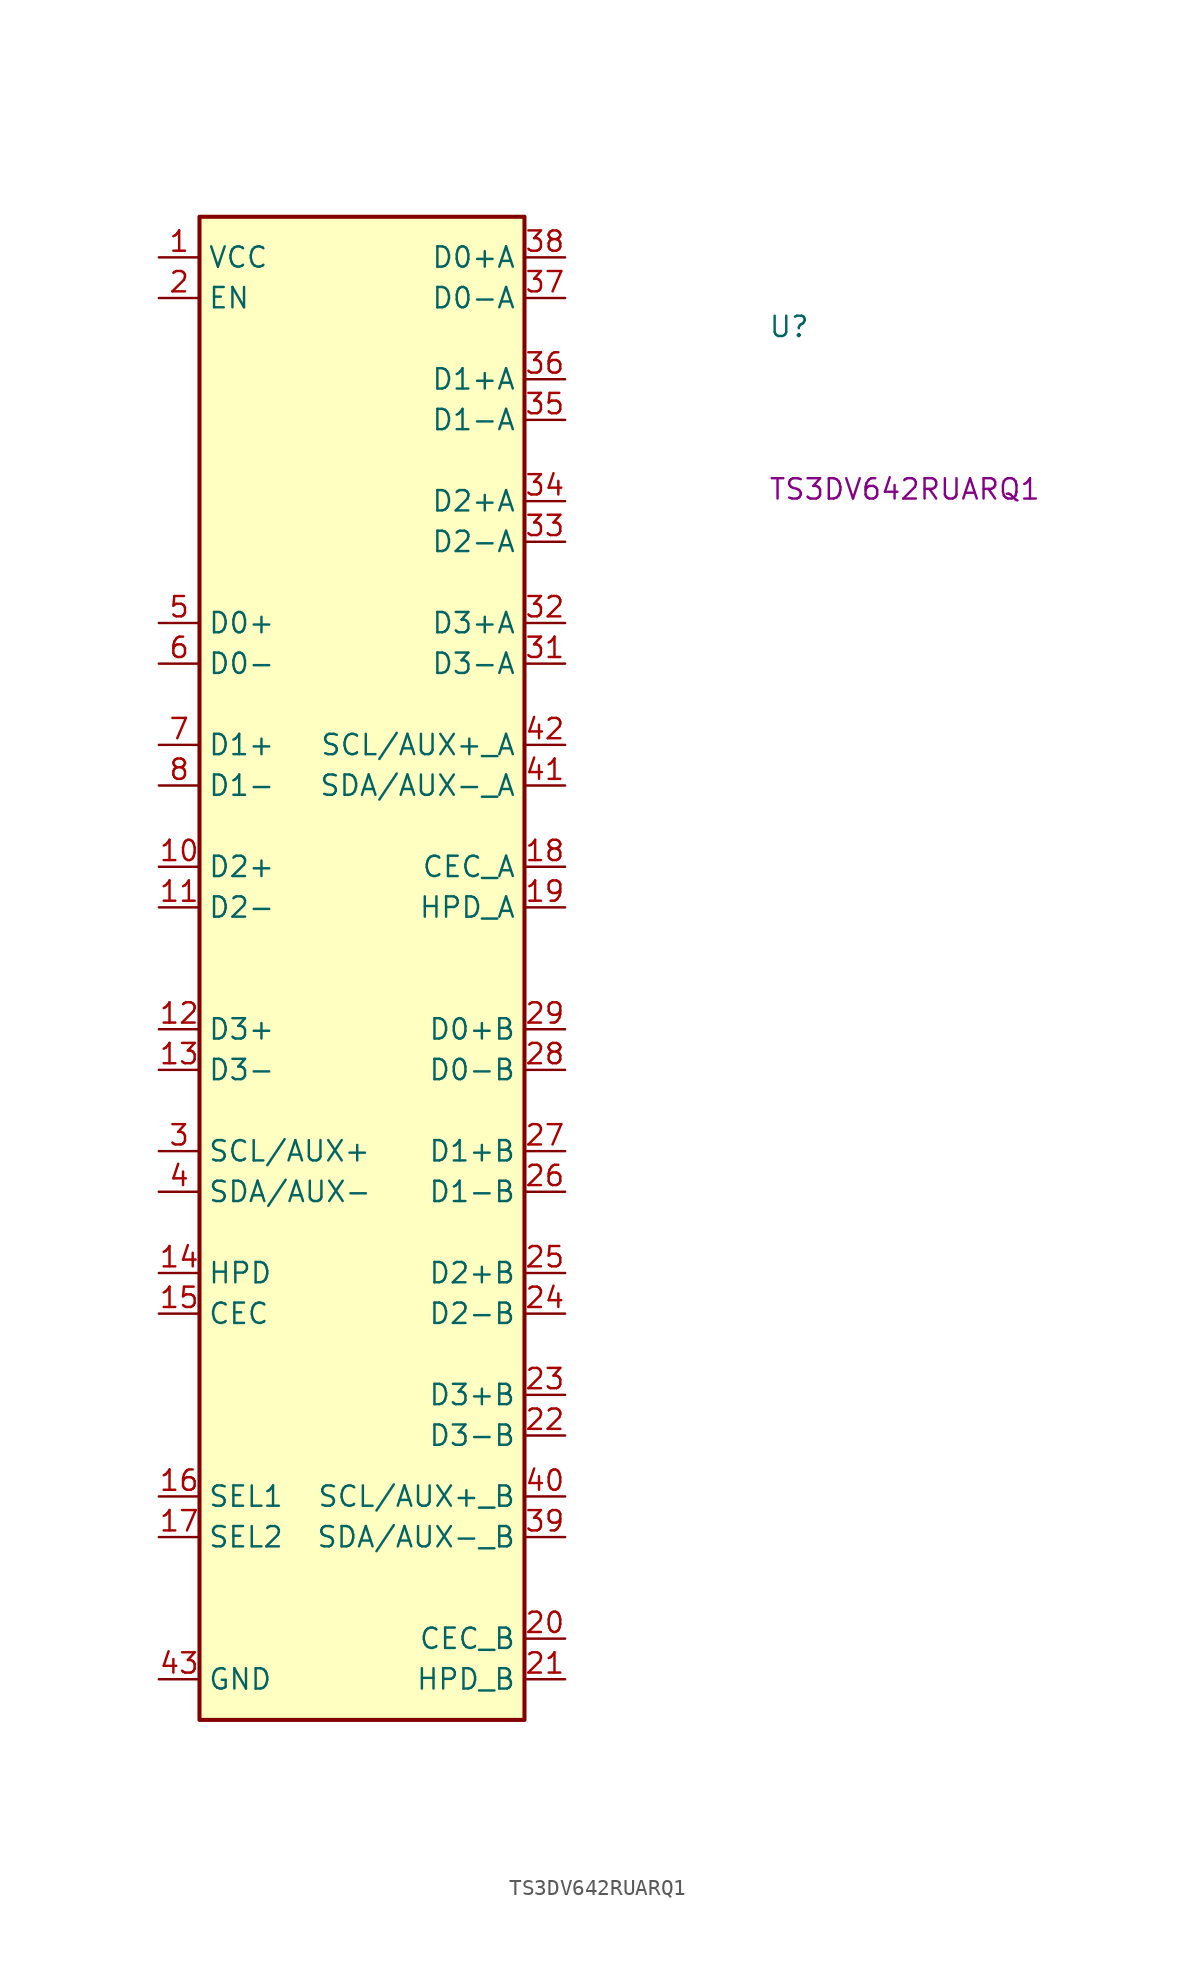
<source format=kicad_sym>
(kicad_symbol_lib
  (version 20220914)
  (generator kicad_symbol_editor)
  (symbol "TS3DV642RUARQ1"
    (property "Reference" "U"
      (at 38.1 -5.08 0)
      (effects (font (size 1.27 1.27) (thickness 0.15)) (justify left bottom)))
    (property "MPN" "TS3DV642RUARQ1"
      (at 38.1 -15.24 0)
      (effects (font (size 1.27 1.27) (thickness 0.15)) (justify left bottom)))
    (symbol "TS3DV642RUARQ1_1_1"
      (rectangle (start 2.54 2.54) (end 22.86 -91.44) (stroke (width 0.254) (type default)) (fill (type background)))
      (pin unspecified line (at 0 0 0) (length 2.54) (name "VCC" (effects (font (size 1.27 1.27)))) (number "1" (effects (font (size 1.27 1.27)))))
      (pin unspecified line (at 0 -38.1 0) (length 2.54) (name "D2+" (effects (font (size 1.27 1.27)))) (number "10" (effects (font (size 1.27 1.27)))))
      (pin unspecified line (at 0 -40.64 0) (length 2.54) (name "D2-" (effects (font (size 1.27 1.27)))) (number "11" (effects (font (size 1.27 1.27)))))
      (pin unspecified line (at 0 -48.26 0) (length 2.54) (name "D3+" (effects (font (size 1.27 1.27)))) (number "12" (effects (font (size 1.27 1.27)))))
      (pin unspecified line (at 0 -50.8 0) (length 2.54) (name "D3-" (effects (font (size 1.27 1.27)))) (number "13" (effects (font (size 1.27 1.27)))))
      (pin unspecified line (at 0 -63.5 0) (length 2.54) (name "HPD" (effects (font (size 1.27 1.27)))) (number "14" (effects (font (size 1.27 1.27)))))
      (pin unspecified line (at 0 -66.04 0) (length 2.54) (name "CEC" (effects (font (size 1.27 1.27)))) (number "15" (effects (font (size 1.27 1.27)))))
      (pin unspecified line (at 0 -77.47 0) (length 2.54) (name "SEL1" (effects (font (size 1.27 1.27)))) (number "16" (effects (font (size 1.27 1.27)))))
      (pin unspecified line (at 0 -80.01 0) (length 2.54) (name "SEL2" (effects (font (size 1.27 1.27)))) (number "17" (effects (font (size 1.27 1.27)))))
      (pin unspecified line (at 25.4 -38.1 180) (length 2.54) (name "CEC_A" (effects (font (size 1.27 1.27)))) (number "18" (effects (font (size 1.27 1.27)))))
      (pin unspecified line (at 25.4 -40.64 180) (length 2.54) (name "HPD_A" (effects (font (size 1.27 1.27)))) (number "19" (effects (font (size 1.27 1.27)))))
      (pin unspecified line (at 0 -2.54 0) (length 2.54) (name "EN" (effects (font (size 1.27 1.27)))) (number "2" (effects (font (size 1.27 1.27)))))
      (pin unspecified line (at 25.4 -86.36 180) (length 2.54) (name "CEC_B" (effects (font (size 1.27 1.27)))) (number "20" (effects (font (size 1.27 1.27)))))
      (pin unspecified line (at 25.4 -88.9 180) (length 2.54) (name "HPD_B" (effects (font (size 1.27 1.27)))) (number "21" (effects (font (size 1.27 1.27)))))
      (pin unspecified line (at 25.4 -73.66 180) (length 2.54) (name "D3-B" (effects (font (size 1.27 1.27)))) (number "22" (effects (font (size 1.27 1.27)))))
      (pin unspecified line (at 25.4 -71.12 180) (length 2.54) (name "D3+B" (effects (font (size 1.27 1.27)))) (number "23" (effects (font (size 1.27 1.27)))))
      (pin unspecified line (at 25.4 -66.04 180) (length 2.54) (name "D2-B" (effects (font (size 1.27 1.27)))) (number "24" (effects (font (size 1.27 1.27)))))
      (pin unspecified line (at 25.4 -63.5 180) (length 2.54) (name "D2+B" (effects (font (size 1.27 1.27)))) (number "25" (effects (font (size 1.27 1.27)))))
      (pin unspecified line (at 25.4 -58.42 180) (length 2.54) (name "D1-B" (effects (font (size 1.27 1.27)))) (number "26" (effects (font (size 1.27 1.27)))))
      (pin unspecified line (at 25.4 -55.88 180) (length 2.54) (name "D1+B" (effects (font (size 1.27 1.27)))) (number "27" (effects (font (size 1.27 1.27)))))
      (pin unspecified line (at 25.4 -50.8 180) (length 2.54) (name "D0-B" (effects (font (size 1.27 1.27)))) (number "28" (effects (font (size 1.27 1.27)))))
      (pin unspecified line (at 25.4 -48.26 180) (length 2.54) (name "D0+B" (effects (font (size 1.27 1.27)))) (number "29" (effects (font (size 1.27 1.27)))))
      (pin unspecified line (at 0 -55.88 0) (length 2.54) (name "SCL/AUX+" (effects (font (size 1.27 1.27)))) (number "3" (effects (font (size 1.27 1.27)))))
      (pin no_connect line (at 2.54 -17.78 0) (length 2.54) hide (name "NC" (effects (font (size 1.27 1.27)))) (number "30" (effects (font (size 1.27 1.27)))))
      (pin unspecified line (at 25.4 -25.4 180) (length 2.54) (name "D3-A" (effects (font (size 1.27 1.27)))) (number "31" (effects (font (size 1.27 1.27)))))
      (pin unspecified line (at 25.4 -22.86 180) (length 2.54) (name "D3+A" (effects (font (size 1.27 1.27)))) (number "32" (effects (font (size 1.27 1.27)))))
      (pin unspecified line (at 25.4 -17.78 180) (length 2.54) (name "D2-A" (effects (font (size 1.27 1.27)))) (number "33" (effects (font (size 1.27 1.27)))))
      (pin unspecified line (at 25.4 -15.24 180) (length 2.54) (name "D2+A" (effects (font (size 1.27 1.27)))) (number "34" (effects (font (size 1.27 1.27)))))
      (pin unspecified line (at 25.4 -10.16 180) (length 2.54) (name "D1-A" (effects (font (size 1.27 1.27)))) (number "35" (effects (font (size 1.27 1.27)))))
      (pin unspecified line (at 25.4 -7.62 180) (length 2.54) (name "D1+A" (effects (font (size 1.27 1.27)))) (number "36" (effects (font (size 1.27 1.27)))))
      (pin unspecified line (at 25.4 -2.54 180) (length 2.54) (name "D0-A" (effects (font (size 1.27 1.27)))) (number "37" (effects (font (size 1.27 1.27)))))
      (pin unspecified line (at 25.4 0 180) (length 2.54) (name "D0+A" (effects (font (size 1.27 1.27)))) (number "38" (effects (font (size 1.27 1.27)))))
      (pin unspecified line (at 25.4 -80.01 180) (length 2.54) (name "SDA/AUX-_B" (effects (font (size 1.27 1.27)))) (number "39" (effects (font (size 1.27 1.27)))))
      (pin unspecified line (at 0 -58.42 0) (length 2.54) (name "SDA/AUX-" (effects (font (size 1.27 1.27)))) (number "4" (effects (font (size 1.27 1.27)))))
      (pin unspecified line (at 25.4 -77.47 180) (length 2.54) (name "SCL/AUX+_B" (effects (font (size 1.27 1.27)))) (number "40" (effects (font (size 1.27 1.27)))))
      (pin unspecified line (at 25.4 -33.02 180) (length 2.54) (name "SDA/AUX-_A" (effects (font (size 1.27 1.27)))) (number "41" (effects (font (size 1.27 1.27)))))
      (pin unspecified line (at 25.4 -30.48 180) (length 2.54) (name "SCL/AUX+_A" (effects (font (size 1.27 1.27)))) (number "42" (effects (font (size 1.27 1.27)))))
      (pin unspecified line (at 0 -88.9 0) (length 2.54) (name "GND" (effects (font (size 1.27 1.27)))) (number "43" (effects (font (size 1.27 1.27)))))
      (pin unspecified line (at 0 -22.86 0) (length 2.54) (name "D0+" (effects (font (size 1.27 1.27)))) (number "5" (effects (font (size 1.27 1.27)))))
      (pin unspecified line (at 0 -25.4 0) (length 2.54) (name "D0-" (effects (font (size 1.27 1.27)))) (number "6" (effects (font (size 1.27 1.27)))))
      (pin unspecified line (at 0 -30.48 0) (length 2.54) (name "D1+" (effects (font (size 1.27 1.27)))) (number "7" (effects (font (size 1.27 1.27)))))
      (pin unspecified line (at 0 -33.02 0) (length 2.54) (name "D1-" (effects (font (size 1.27 1.27)))) (number "8" (effects (font (size 1.27 1.27)))))
      (pin no_connect line (at 2.54 -15.24 0) (length 2.54) hide (name "NC" (effects (font (size 1.27 1.27)))) (number "9" (effects (font (size 1.27 1.27))))))))
</source>
